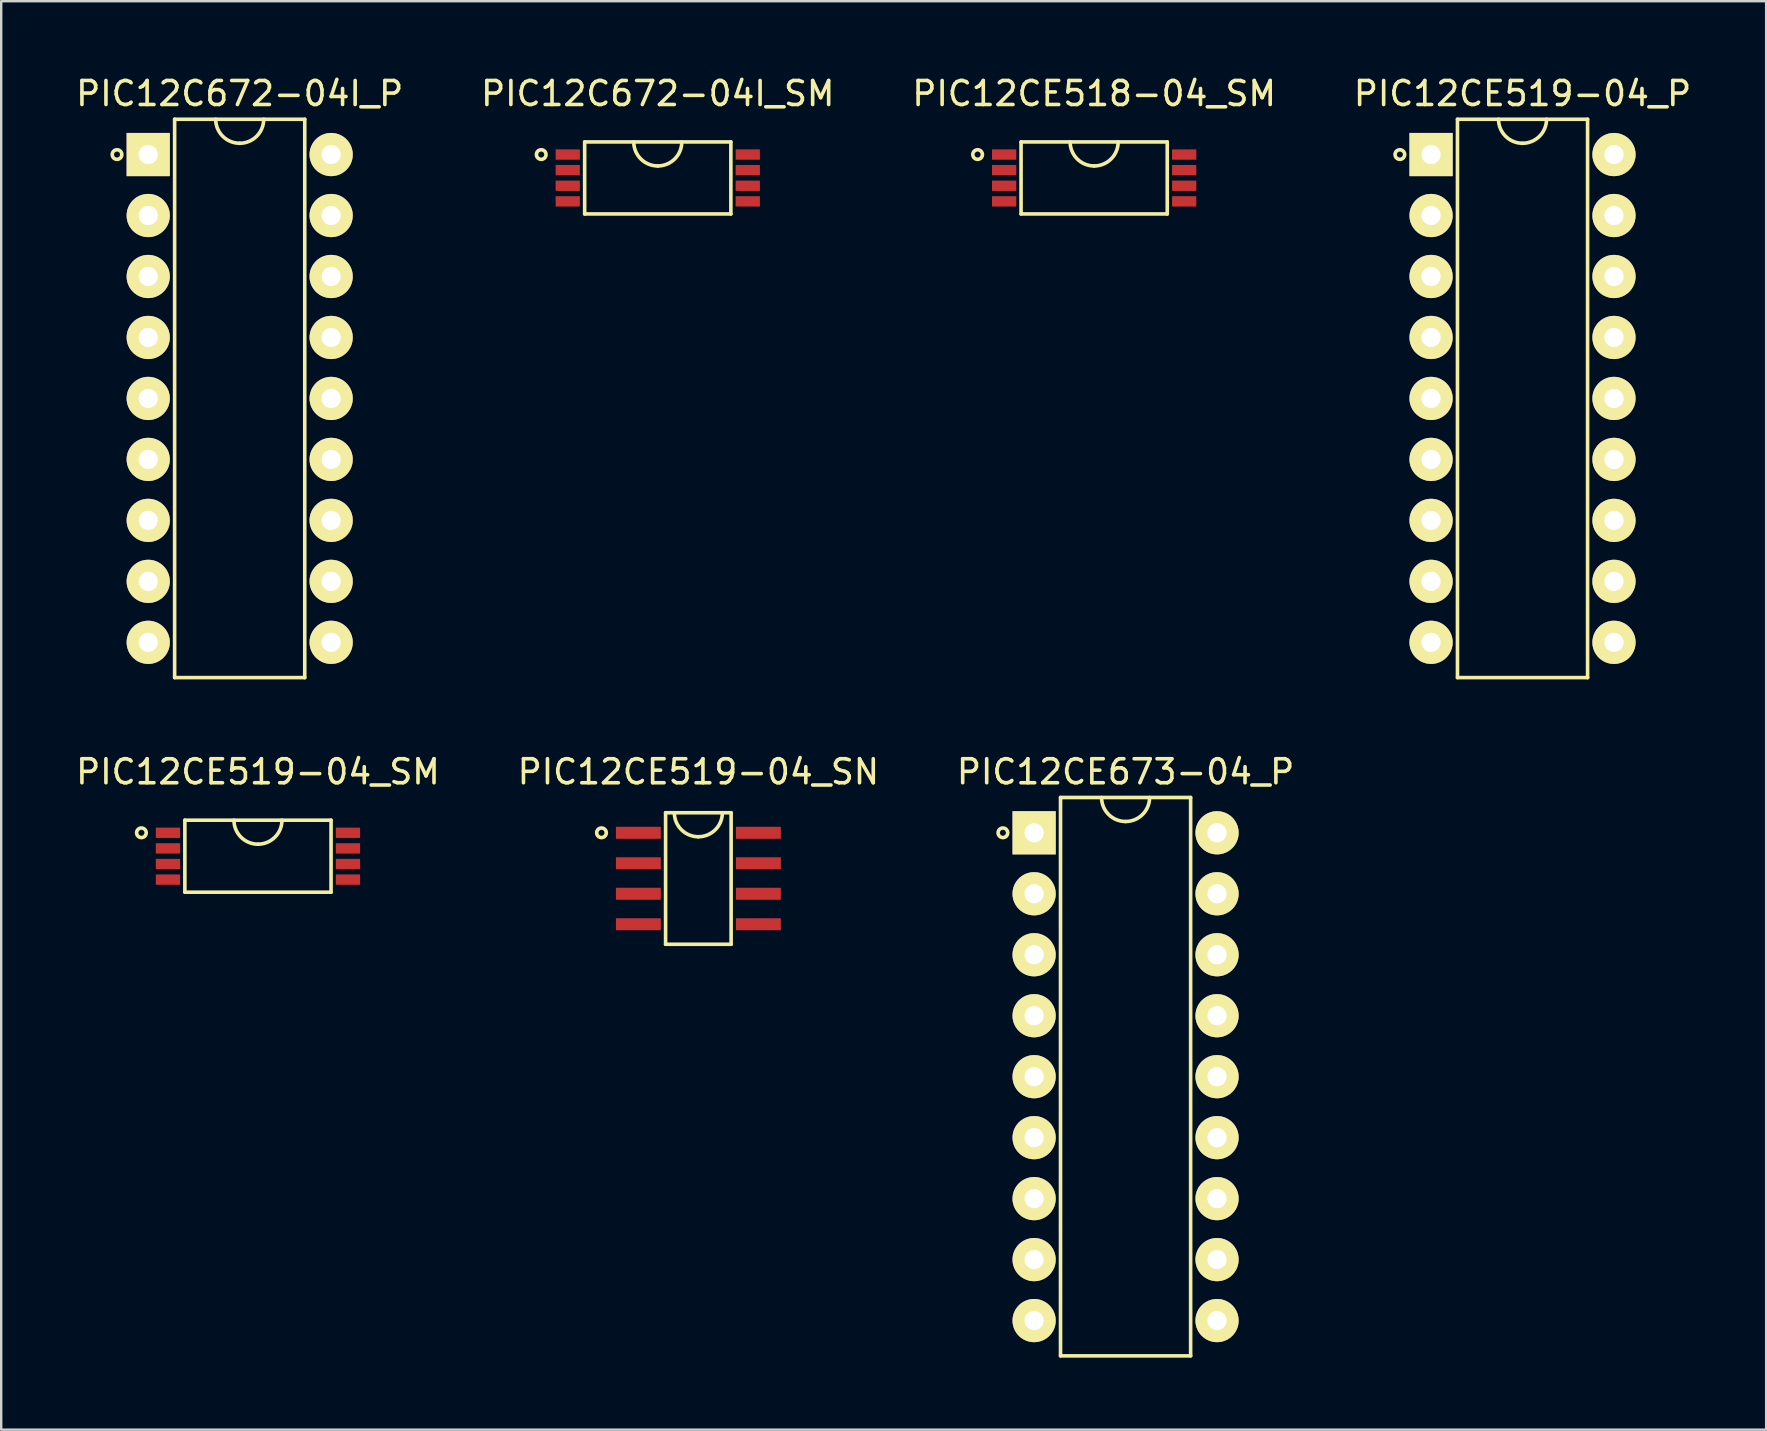
<source format=kicad_pcb>
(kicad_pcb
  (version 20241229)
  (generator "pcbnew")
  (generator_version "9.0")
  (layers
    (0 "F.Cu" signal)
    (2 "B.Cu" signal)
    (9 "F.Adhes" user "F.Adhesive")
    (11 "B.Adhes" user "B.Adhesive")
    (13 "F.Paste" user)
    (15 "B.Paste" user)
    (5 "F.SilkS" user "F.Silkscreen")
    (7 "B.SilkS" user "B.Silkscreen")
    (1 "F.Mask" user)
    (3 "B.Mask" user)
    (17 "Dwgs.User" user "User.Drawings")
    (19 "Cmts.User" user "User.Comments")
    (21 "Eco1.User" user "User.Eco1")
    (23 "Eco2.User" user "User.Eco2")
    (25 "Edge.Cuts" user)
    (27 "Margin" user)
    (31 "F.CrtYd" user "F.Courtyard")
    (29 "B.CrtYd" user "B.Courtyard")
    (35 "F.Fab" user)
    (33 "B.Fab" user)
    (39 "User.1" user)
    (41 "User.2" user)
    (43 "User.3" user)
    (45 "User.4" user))
  (footprint "PIC12CE519-04_SM"
    (layer "F.Cu")
    (at 3.946 31.642)
    (property "Reference" "PIC12CE519-04_SM" (at 3.75 -2.54 0) (layer "F.SilkS") (effects (font (size 1 1) (thickness 0.15))))
    (attr through_hole)
    (fp_line (start 0.705 -0.525) (end 6.795 -0.525) (stroke (width 0.15) (type solid)) (layer "F.SilkS"))
    (fp_line (start 0.705 2.475) (end 0.705 -0.525) (stroke (width 0.15) (type solid)) (layer "F.SilkS"))
    (fp_line (start 6.795 -0.525) (end 6.795 2.475) (stroke (width 0.15) (type solid)) (layer "F.SilkS"))
    (fp_line (start 6.795 2.475) (end 0.705 2.475) (stroke (width 0.15) (type solid)) (layer "F.SilkS"))
    (fp_arc (start 3.75 0.475) (mid 3.042893 0.182107) (end 2.75 -0.525) (stroke (width 0.15) (type solid)) (layer "F.SilkS"))
    (fp_arc (start 4.75 -0.525) (mid 4.457107 0.182107) (end 3.75 0.475) (stroke (width 0.15) (type solid)) (layer "F.SilkS"))
    (fp_circle (center -1.105 0) (end -1.105 0.2) (stroke (width 0.15) (type solid)) (fill no) (layer "F.SilkS"))
    (pad "1" smd rect (at 0 0) (size 1.01 0.43) (layers "F.Cu" "F.Mask" "F.Paste"))
    (pad "2" smd rect (at 0 0.65) (size 1.01 0.43) (layers "F.Cu" "F.Mask" "F.Paste"))
    (pad "3" smd rect (at 0 1.3) (size 1.01 0.43) (layers "F.Cu" "F.Mask" "F.Paste"))
    (pad "4" smd rect (at 0 1.95) (size 1.01 0.43) (layers "F.Cu" "F.Mask" "F.Paste"))
    (pad "5" smd rect (at 7.5 1.95) (size 1.01 0.43) (layers "F.Cu" "F.Mask" "F.Paste"))
    (pad "6" smd rect (at 7.5 1.3) (size 1.01 0.43) (layers "F.Cu" "F.Mask" "F.Paste"))
    (pad "7" smd rect (at 7.5 0.65) (size 1.01 0.43) (layers "F.Cu" "F.Mask" "F.Paste"))
    (pad "8" smd rect (at 7.5 0) (size 1.01 0.43) (layers "F.Cu" "F.Mask" "F.Paste")))
  (footprint "PIC12CE518-04_SM"
    (layer "F.Cu")
    (at 38.78 3.388)
    (property "Reference" "PIC12CE518-04_SM" (at 3.75 -2.54 0) (layer "F.SilkS") (effects (font (size 1 1) (thickness 0.15))))
    (attr through_hole)
    (fp_line (start 0.705 -0.525) (end 6.795 -0.525) (stroke (width 0.15) (type solid)) (layer "F.SilkS"))
    (fp_line (start 0.705 2.475) (end 0.705 -0.525) (stroke (width 0.15) (type solid)) (layer "F.SilkS"))
    (fp_line (start 6.795 -0.525) (end 6.795 2.475) (stroke (width 0.15) (type solid)) (layer "F.SilkS"))
    (fp_line (start 6.795 2.475) (end 0.705 2.475) (stroke (width 0.15) (type solid)) (layer "F.SilkS"))
    (fp_arc (start 3.75 0.475) (mid 3.042893 0.182107) (end 2.75 -0.525) (stroke (width 0.15) (type solid)) (layer "F.SilkS"))
    (fp_arc (start 4.75 -0.525) (mid 4.457107 0.182107) (end 3.75 0.475) (stroke (width 0.15) (type solid)) (layer "F.SilkS"))
    (fp_circle (center -1.105 0) (end -1.105 0.2) (stroke (width 0.15) (type solid)) (fill no) (layer "F.SilkS"))
    (pad "1" smd rect (at 0 0) (size 1.01 0.43) (layers "F.Cu" "F.Mask" "F.Paste"))
    (pad "2" smd rect (at 0 0.65) (size 1.01 0.43) (layers "F.Cu" "F.Mask" "F.Paste"))
    (pad "3" smd rect (at 0 1.3) (size 1.01 0.43) (layers "F.Cu" "F.Mask" "F.Paste"))
    (pad "4" smd rect (at 0 1.95) (size 1.01 0.43) (layers "F.Cu" "F.Mask" "F.Paste"))
    (pad "5" smd rect (at 7.5 1.95) (size 1.01 0.43) (layers "F.Cu" "F.Mask" "F.Paste"))
    (pad "6" smd rect (at 7.5 1.3) (size 1.01 0.43) (layers "F.Cu" "F.Mask" "F.Paste"))
    (pad "7" smd rect (at 7.5 0.65) (size 1.01 0.43) (layers "F.Cu" "F.Mask" "F.Paste"))
    (pad "8" smd rect (at 7.5 0) (size 1.01 0.43) (layers "F.Cu" "F.Mask" "F.Paste")))
  (footprint "PIC12CE519-04_P"
    (layer "F.Cu")
    (at 56.565 3.388)
    (property "Reference" "PIC12CE519-04_P" (at 3.81 -2.54 0) (layer "F.SilkS") (effects (font (size 1 1) (thickness 0.15))))
    (attr through_hole)
    (fp_line (start 1.1 -1.47) (end 6.52 -1.47) (stroke (width 0.15) (type solid)) (layer "F.SilkS"))
    (fp_line (start 1.1 21.79) (end 1.1 -1.47) (stroke (width 0.15) (type solid)) (layer "F.SilkS"))
    (fp_line (start 6.52 -1.47) (end 6.52 21.79) (stroke (width 0.15) (type solid)) (layer "F.SilkS"))
    (fp_line (start 6.52 21.79) (end 1.1 21.79) (stroke (width 0.15) (type solid)) (layer "F.SilkS"))
    (fp_arc (start 3.81 -0.47) (mid 3.102893 -0.762893) (end 2.81 -1.47) (stroke (width 0.15) (type solid)) (layer "F.SilkS"))
    (fp_arc (start 4.81 -1.47) (mid 4.517107 -0.762893) (end 3.81 -0.47) (stroke (width 0.15) (type solid)) (layer "F.SilkS"))
    (fp_circle (center -1.3 0) (end -1.3 0.2) (stroke (width 0.15) (type solid)) (fill no) (layer "F.SilkS"))
    (pad "1" thru_hole rect (at 0 0) (size 1.8 1.8) (drill 0.8) (layers "*.Cu" "*.Mask" "F.SilkS"))
    (pad "2" thru_hole circle (at 0 2.54) (size 1.8 1.8) (drill 0.8) (layers "*.Cu" "*.Mask" "F.SilkS"))
    (pad "3" thru_hole circle (at 0 5.08) (size 1.8 1.8) (drill 0.8) (layers "*.Cu" "*.Mask" "F.SilkS"))
    (pad "4" thru_hole circle (at 0 7.62) (size 1.8 1.8) (drill 0.8) (layers "*.Cu" "*.Mask" "F.SilkS"))
    (pad "5" thru_hole circle (at 0 10.16) (size 1.8 1.8) (drill 0.8) (layers "*.Cu" "*.Mask" "F.SilkS"))
    (pad "6" thru_hole circle (at 0 12.7) (size 1.8 1.8) (drill 0.8) (layers "*.Cu" "*.Mask" "F.SilkS"))
    (pad "7" thru_hole circle (at 0 15.24) (size 1.8 1.8) (drill 0.8) (layers "*.Cu" "*.Mask" "F.SilkS"))
    (pad "8" thru_hole circle (at 0 17.78) (size 1.8 1.8) (drill 0.8) (layers "*.Cu" "*.Mask" "F.SilkS"))
    (pad "9" thru_hole circle (at 0 20.32) (size 1.8 1.8) (drill 0.8) (layers "*.Cu" "*.Mask" "F.SilkS"))
    (pad "10" thru_hole circle (at 7.62 20.32) (size 1.8 1.8) (drill 0.8) (layers "*.Cu" "*.Mask" "F.SilkS"))
    (pad "11" thru_hole circle (at 7.62 17.78) (size 1.8 1.8) (drill 0.8) (layers "*.Cu" "*.Mask" "F.SilkS"))
    (pad "12" thru_hole circle (at 7.62 15.24) (size 1.8 1.8) (drill 0.8) (layers "*.Cu" "*.Mask" "F.SilkS"))
    (pad "13" thru_hole circle (at 7.62 12.7) (size 1.8 1.8) (drill 0.8) (layers "*.Cu" "*.Mask" "F.SilkS"))
    (pad "14" thru_hole circle (at 7.62 10.16) (size 1.8 1.8) (drill 0.8) (layers "*.Cu" "*.Mask" "F.SilkS"))
    (pad "15" thru_hole circle (at 7.62 7.62) (size 1.8 1.8) (drill 0.8) (layers "*.Cu" "*.Mask" "F.SilkS"))
    (pad "16" thru_hole circle (at 7.62 5.08) (size 1.8 1.8) (drill 0.8) (layers "*.Cu" "*.Mask" "F.SilkS"))
    (pad "17" thru_hole circle (at 7.62 2.54) (size 1.8 1.8) (drill 0.8) (layers "*.Cu" "*.Mask" "F.SilkS"))
    (pad "18" thru_hole circle (at 7.62 0) (size 1.8 1.8) (drill 0.8) (layers "*.Cu" "*.Mask" "F.SilkS")))
  (footprint "PIC12C672-04I_SM"
    (layer "F.Cu")
    (at 20.601 3.388)
    (property "Reference" "PIC12C672-04I_SM" (at 3.75 -2.54 0) (layer "F.SilkS") (effects (font (size 1 1) (thickness 0.15))))
    (attr through_hole)
    (fp_line (start 0.705 -0.525) (end 6.795 -0.525) (stroke (width 0.15) (type solid)) (layer "F.SilkS"))
    (fp_line (start 0.705 2.475) (end 0.705 -0.525) (stroke (width 0.15) (type solid)) (layer "F.SilkS"))
    (fp_line (start 6.795 -0.525) (end 6.795 2.475) (stroke (width 0.15) (type solid)) (layer "F.SilkS"))
    (fp_line (start 6.795 2.475) (end 0.705 2.475) (stroke (width 0.15) (type solid)) (layer "F.SilkS"))
    (fp_arc (start 3.75 0.475) (mid 3.042893 0.182107) (end 2.75 -0.525) (stroke (width 0.15) (type solid)) (layer "F.SilkS"))
    (fp_arc (start 4.75 -0.525) (mid 4.457107 0.182107) (end 3.75 0.475) (stroke (width 0.15) (type solid)) (layer "F.SilkS"))
    (fp_circle (center -1.105 0) (end -1.105 0.2) (stroke (width 0.15) (type solid)) (fill no) (layer "F.SilkS"))
    (pad "1" smd rect (at 0 0) (size 1.01 0.43) (layers "F.Cu" "F.Mask" "F.Paste"))
    (pad "2" smd rect (at 0 0.65) (size 1.01 0.43) (layers "F.Cu" "F.Mask" "F.Paste"))
    (pad "3" smd rect (at 0 1.3) (size 1.01 0.43) (layers "F.Cu" "F.Mask" "F.Paste"))
    (pad "4" smd rect (at 0 1.95) (size 1.01 0.43) (layers "F.Cu" "F.Mask" "F.Paste"))
    (pad "5" smd rect (at 7.5 1.95) (size 1.01 0.43) (layers "F.Cu" "F.Mask" "F.Paste"))
    (pad "6" smd rect (at 7.5 1.3) (size 1.01 0.43) (layers "F.Cu" "F.Mask" "F.Paste"))
    (pad "7" smd rect (at 7.5 0.65) (size 1.01 0.43) (layers "F.Cu" "F.Mask" "F.Paste"))
    (pad "8" smd rect (at 7.5 0) (size 1.01 0.43) (layers "F.Cu" "F.Mask" "F.Paste")))
  (footprint "PIC12CE519-04_SN"
    (layer "F.Cu")
    (at 23.542 31.642)
    (property "Reference" "PIC12CE519-04_SN" (at 2.5 -2.54 0) (layer "F.SilkS") (effects (font (size 1 1) (thickness 0.15))))
    (attr through_hole)
    (fp_line (start 1.135 -0.835) (end 3.865 -0.835) (stroke (width 0.15) (type solid)) (layer "F.SilkS"))
    (fp_line (start 1.135 4.645) (end 1.135 -0.835) (stroke (width 0.15) (type solid)) (layer "F.SilkS"))
    (fp_line (start 3.865 -0.835) (end 3.865 4.645) (stroke (width 0.15) (type solid)) (layer "F.SilkS"))
    (fp_line (start 3.865 4.645) (end 1.135 4.645) (stroke (width 0.15) (type solid)) (layer "F.SilkS"))
    (fp_arc (start 2.5 0.165) (mid 1.792893 -0.127893) (end 1.5 -0.835) (stroke (width 0.15) (type solid)) (layer "F.SilkS"))
    (fp_arc (start 3.5 -0.835) (mid 3.207107 -0.127893) (end 2.5 0.165) (stroke (width 0.15) (type solid)) (layer "F.SilkS"))
    (fp_circle (center -1.535 0) (end -1.535 0.2) (stroke (width 0.15) (type solid)) (fill no) (layer "F.SilkS"))
    (pad "1" smd rect (at 0 0) (size 1.87 0.5) (layers "F.Cu" "F.Mask" "F.Paste"))
    (pad "2" smd rect (at 0 1.27) (size 1.87 0.5) (layers "F.Cu" "F.Mask" "F.Paste"))
    (pad "3" smd rect (at 0 2.54) (size 1.87 0.5) (layers "F.Cu" "F.Mask" "F.Paste"))
    (pad "4" smd rect (at 0 3.81) (size 1.87 0.5) (layers "F.Cu" "F.Mask" "F.Paste"))
    (pad "5" smd rect (at 5 3.81) (size 1.87 0.5) (layers "F.Cu" "F.Mask" "F.Paste"))
    (pad "6" smd rect (at 5 2.54) (size 1.87 0.5) (layers "F.Cu" "F.Mask" "F.Paste"))
    (pad "7" smd rect (at 5 1.27) (size 1.87 0.5) (layers "F.Cu" "F.Mask" "F.Paste"))
    (pad "8" smd rect (at 5 0) (size 1.87 0.5) (layers "F.Cu" "F.Mask" "F.Paste")))
  (footprint "PIC12CE673-04_P"
    (layer "F.Cu")
    (at 40.029 31.642)
    (property "Reference" "PIC12CE673-04_P" (at 3.81 -2.54 0) (layer "F.SilkS") (effects (font (size 1 1) (thickness 0.15))))
    (attr through_hole)
    (fp_line (start 1.1 -1.47) (end 6.52 -1.47) (stroke (width 0.15) (type solid)) (layer "F.SilkS"))
    (fp_line (start 1.1 21.79) (end 1.1 -1.47) (stroke (width 0.15) (type solid)) (layer "F.SilkS"))
    (fp_line (start 6.52 -1.47) (end 6.52 21.79) (stroke (width 0.15) (type solid)) (layer "F.SilkS"))
    (fp_line (start 6.52 21.79) (end 1.1 21.79) (stroke (width 0.15) (type solid)) (layer "F.SilkS"))
    (fp_arc (start 3.81 -0.47) (mid 3.102893 -0.762893) (end 2.81 -1.47) (stroke (width 0.15) (type solid)) (layer "F.SilkS"))
    (fp_arc (start 4.81 -1.47) (mid 4.517107 -0.762893) (end 3.81 -0.47) (stroke (width 0.15) (type solid)) (layer "F.SilkS"))
    (fp_circle (center -1.3 0) (end -1.3 0.2) (stroke (width 0.15) (type solid)) (fill no) (layer "F.SilkS"))
    (pad "1" thru_hole rect (at 0 0) (size 1.8 1.8) (drill 0.8) (layers "*.Cu" "*.Mask" "F.SilkS"))
    (pad "2" thru_hole circle (at 0 2.54) (size 1.8 1.8) (drill 0.8) (layers "*.Cu" "*.Mask" "F.SilkS"))
    (pad "3" thru_hole circle (at 0 5.08) (size 1.8 1.8) (drill 0.8) (layers "*.Cu" "*.Mask" "F.SilkS"))
    (pad "4" thru_hole circle (at 0 7.62) (size 1.8 1.8) (drill 0.8) (layers "*.Cu" "*.Mask" "F.SilkS"))
    (pad "5" thru_hole circle (at 0 10.16) (size 1.8 1.8) (drill 0.8) (layers "*.Cu" "*.Mask" "F.SilkS"))
    (pad "6" thru_hole circle (at 0 12.7) (size 1.8 1.8) (drill 0.8) (layers "*.Cu" "*.Mask" "F.SilkS"))
    (pad "7" thru_hole circle (at 0 15.24) (size 1.8 1.8) (drill 0.8) (layers "*.Cu" "*.Mask" "F.SilkS"))
    (pad "8" thru_hole circle (at 0 17.78) (size 1.8 1.8) (drill 0.8) (layers "*.Cu" "*.Mask" "F.SilkS"))
    (pad "9" thru_hole circle (at 0 20.32) (size 1.8 1.8) (drill 0.8) (layers "*.Cu" "*.Mask" "F.SilkS"))
    (pad "10" thru_hole circle (at 7.62 20.32) (size 1.8 1.8) (drill 0.8) (layers "*.Cu" "*.Mask" "F.SilkS"))
    (pad "11" thru_hole circle (at 7.62 17.78) (size 1.8 1.8) (drill 0.8) (layers "*.Cu" "*.Mask" "F.SilkS"))
    (pad "12" thru_hole circle (at 7.62 15.24) (size 1.8 1.8) (drill 0.8) (layers "*.Cu" "*.Mask" "F.SilkS"))
    (pad "13" thru_hole circle (at 7.62 12.7) (size 1.8 1.8) (drill 0.8) (layers "*.Cu" "*.Mask" "F.SilkS"))
    (pad "14" thru_hole circle (at 7.62 10.16) (size 1.8 1.8) (drill 0.8) (layers "*.Cu" "*.Mask" "F.SilkS"))
    (pad "15" thru_hole circle (at 7.62 7.62) (size 1.8 1.8) (drill 0.8) (layers "*.Cu" "*.Mask" "F.SilkS"))
    (pad "16" thru_hole circle (at 7.62 5.08) (size 1.8 1.8) (drill 0.8) (layers "*.Cu" "*.Mask" "F.SilkS"))
    (pad "17" thru_hole circle (at 7.62 2.54) (size 1.8 1.8) (drill 0.8) (layers "*.Cu" "*.Mask" "F.SilkS"))
    (pad "18" thru_hole circle (at 7.62 0) (size 1.8 1.8) (drill 0.8) (layers "*.Cu" "*.Mask" "F.SilkS")))
  (footprint "PIC12C672-04I_P"
    (layer "F.Cu")
    (at 3.125 3.388)
    (property "Reference" "PIC12C672-04I_P" (at 3.81 -2.54 0) (layer "F.SilkS") (effects (font (size 1 1) (thickness 0.15))))
    (attr through_hole)
    (fp_line (start 1.1 -1.47) (end 6.52 -1.47) (stroke (width 0.15) (type solid)) (layer "F.SilkS"))
    (fp_line (start 1.1 21.79) (end 1.1 -1.47) (stroke (width 0.15) (type solid)) (layer "F.SilkS"))
    (fp_line (start 6.52 -1.47) (end 6.52 21.79) (stroke (width 0.15) (type solid)) (layer "F.SilkS"))
    (fp_line (start 6.52 21.79) (end 1.1 21.79) (stroke (width 0.15) (type solid)) (layer "F.SilkS"))
    (fp_arc (start 3.81 -0.47) (mid 3.102893 -0.762893) (end 2.81 -1.47) (stroke (width 0.15) (type solid)) (layer "F.SilkS"))
    (fp_arc (start 4.81 -1.47) (mid 4.517107 -0.762893) (end 3.81 -0.47) (stroke (width 0.15) (type solid)) (layer "F.SilkS"))
    (fp_circle (center -1.3 0) (end -1.3 0.2) (stroke (width 0.15) (type solid)) (fill no) (layer "F.SilkS"))
    (pad "1" thru_hole rect (at 0 0) (size 1.8 1.8) (drill 0.8) (layers "*.Cu" "*.Mask" "F.SilkS"))
    (pad "2" thru_hole circle (at 0 2.54) (size 1.8 1.8) (drill 0.8) (layers "*.Cu" "*.Mask" "F.SilkS"))
    (pad "3" thru_hole circle (at 0 5.08) (size 1.8 1.8) (drill 0.8) (layers "*.Cu" "*.Mask" "F.SilkS"))
    (pad "4" thru_hole circle (at 0 7.62) (size 1.8 1.8) (drill 0.8) (layers "*.Cu" "*.Mask" "F.SilkS"))
    (pad "5" thru_hole circle (at 0 10.16) (size 1.8 1.8) (drill 0.8) (layers "*.Cu" "*.Mask" "F.SilkS"))
    (pad "6" thru_hole circle (at 0 12.7) (size 1.8 1.8) (drill 0.8) (layers "*.Cu" "*.Mask" "F.SilkS"))
    (pad "7" thru_hole circle (at 0 15.24) (size 1.8 1.8) (drill 0.8) (layers "*.Cu" "*.Mask" "F.SilkS"))
    (pad "8" thru_hole circle (at 0 17.78) (size 1.8 1.8) (drill 0.8) (layers "*.Cu" "*.Mask" "F.SilkS"))
    (pad "9" thru_hole circle (at 0 20.32) (size 1.8 1.8) (drill 0.8) (layers "*.Cu" "*.Mask" "F.SilkS"))
    (pad "10" thru_hole circle (at 7.62 20.32) (size 1.8 1.8) (drill 0.8) (layers "*.Cu" "*.Mask" "F.SilkS"))
    (pad "11" thru_hole circle (at 7.62 17.78) (size 1.8 1.8) (drill 0.8) (layers "*.Cu" "*.Mask" "F.SilkS"))
    (pad "12" thru_hole circle (at 7.62 15.24) (size 1.8 1.8) (drill 0.8) (layers "*.Cu" "*.Mask" "F.SilkS"))
    (pad "13" thru_hole circle (at 7.62 12.7) (size 1.8 1.8) (drill 0.8) (layers "*.Cu" "*.Mask" "F.SilkS"))
    (pad "14" thru_hole circle (at 7.62 10.16) (size 1.8 1.8) (drill 0.8) (layers "*.Cu" "*.Mask" "F.SilkS"))
    (pad "15" thru_hole circle (at 7.62 7.62) (size 1.8 1.8) (drill 0.8) (layers "*.Cu" "*.Mask" "F.SilkS"))
    (pad "16" thru_hole circle (at 7.62 5.08) (size 1.8 1.8) (drill 0.8) (layers "*.Cu" "*.Mask" "F.SilkS"))
    (pad "17" thru_hole circle (at 7.62 2.54) (size 1.8 1.8) (drill 0.8) (layers "*.Cu" "*.Mask" "F.SilkS"))
    (pad "18" thru_hole circle (at 7.62 0) (size 1.8 1.8) (drill 0.8) (layers "*.Cu" "*.Mask" "F.SilkS")))
  (gr_rect
    (start -3 -3)
    (end 70.524 56.507)
    (stroke (width 0.1) (type default))
    (fill no)
    (layer "Edge.Cuts")))
</source>
